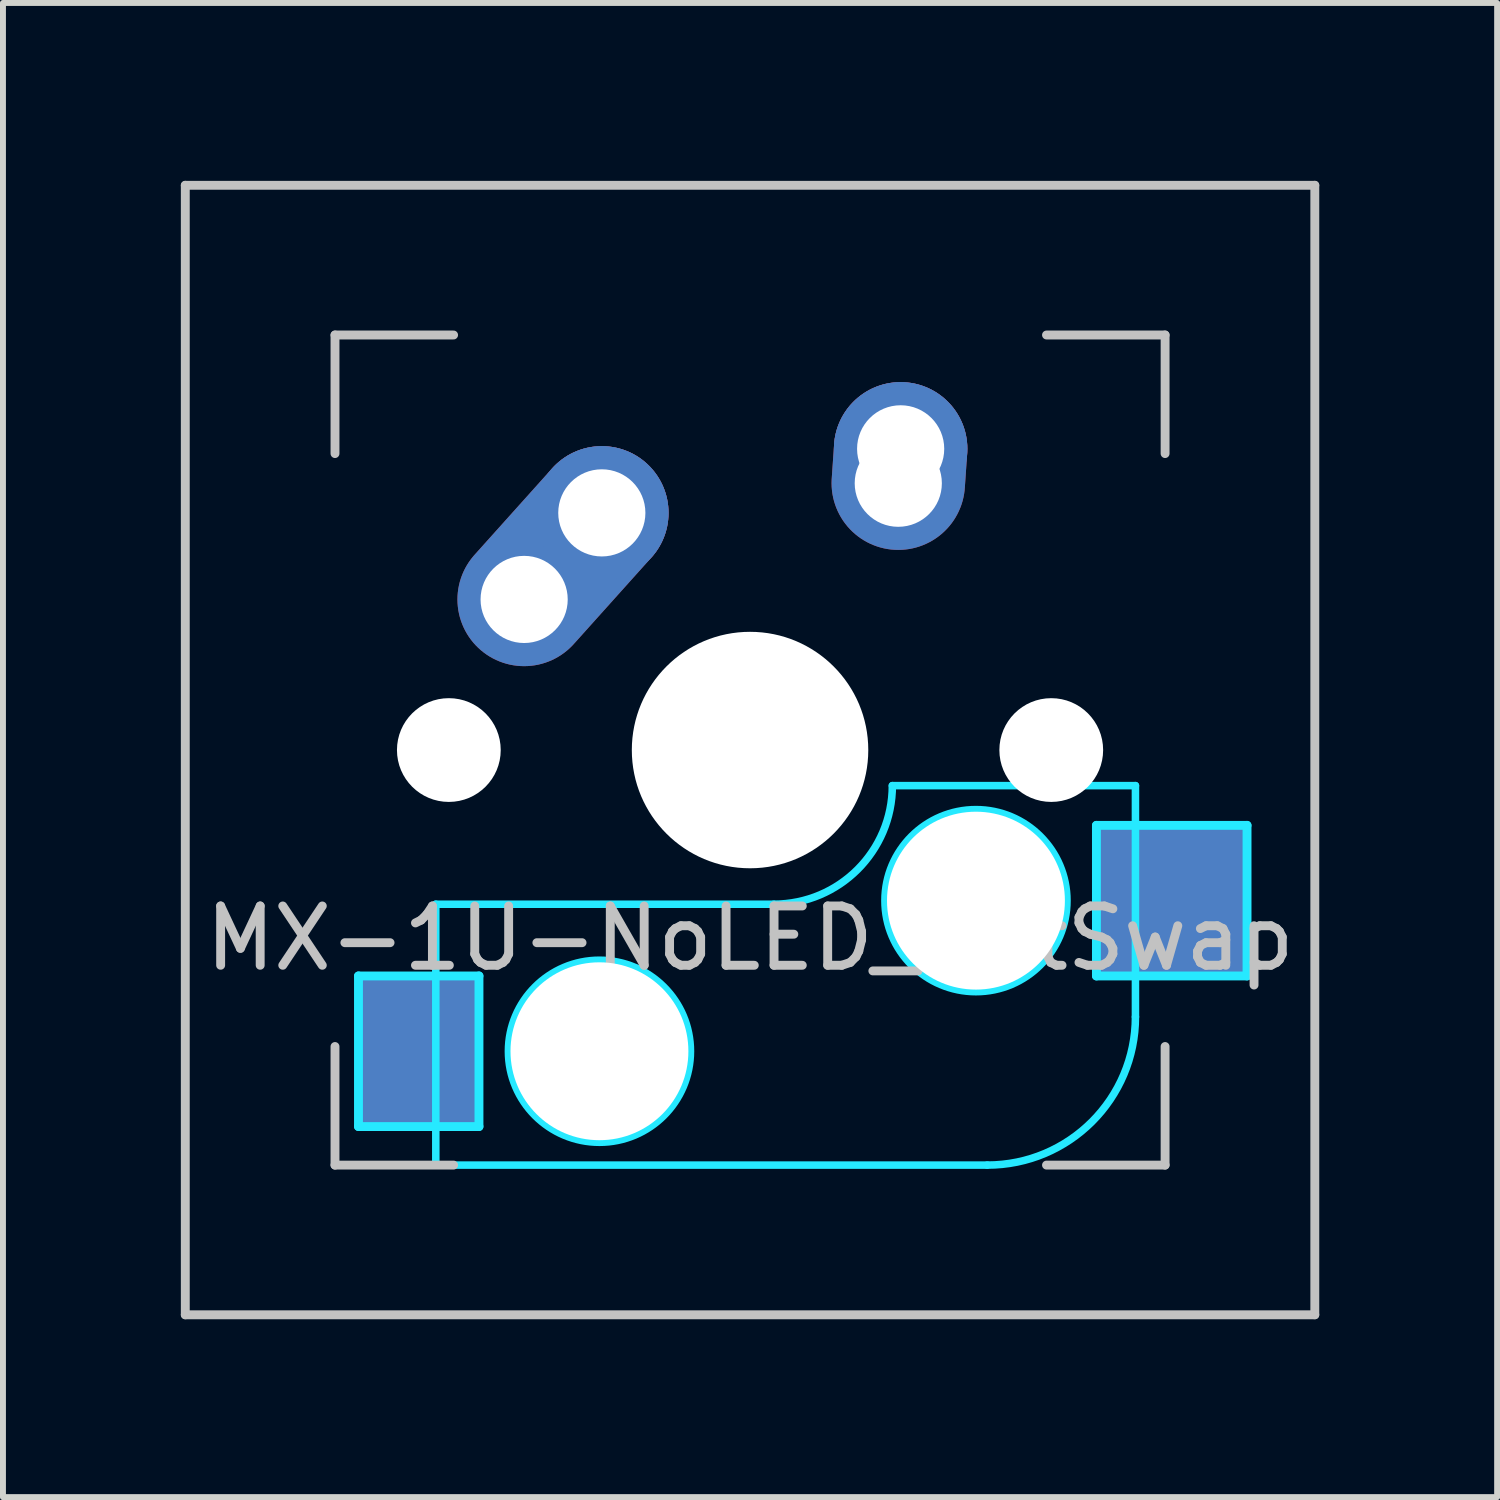
<source format=kicad_pcb>
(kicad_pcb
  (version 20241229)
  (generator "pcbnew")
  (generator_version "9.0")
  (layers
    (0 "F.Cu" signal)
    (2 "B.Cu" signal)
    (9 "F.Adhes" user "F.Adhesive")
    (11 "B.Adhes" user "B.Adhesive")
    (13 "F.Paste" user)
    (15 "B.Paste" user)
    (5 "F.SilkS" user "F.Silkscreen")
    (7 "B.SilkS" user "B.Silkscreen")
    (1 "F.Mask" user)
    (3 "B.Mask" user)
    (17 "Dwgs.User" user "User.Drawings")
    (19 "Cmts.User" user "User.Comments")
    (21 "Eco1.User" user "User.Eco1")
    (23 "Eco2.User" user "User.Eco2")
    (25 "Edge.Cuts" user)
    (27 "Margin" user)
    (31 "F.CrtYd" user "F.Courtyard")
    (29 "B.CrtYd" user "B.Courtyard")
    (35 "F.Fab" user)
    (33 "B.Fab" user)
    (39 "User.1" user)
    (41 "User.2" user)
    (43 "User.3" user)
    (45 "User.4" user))
  (footprint "MX-1U-NoLED_HotSwap"
    (layer "F.Cu")
    (at 9.6 9.6)
    (property "Reference" "MX-1U-NoLED_HotSwap" (at 0 3.175 0) (layer "Dwgs.User") (effects (font (size 1 1) (thickness 0.15))))
    (attr through_hole)
    (fp_line (start -9.525 -9.525) (end 9.525 -9.525) (stroke (width 0.15) (type solid)) (layer "Dwgs.User"))
    (fp_line (start -9.525 9.525) (end -9.525 -9.525) (stroke (width 0.15) (type solid)) (layer "Dwgs.User"))
    (fp_line (start -7 -7) (end -7 -5) (stroke (width 0.15) (type solid)) (layer "Dwgs.User"))
    (fp_line (start -7 5) (end -7 7) (stroke (width 0.15) (type solid)) (layer "Dwgs.User"))
    (fp_line (start -7 7) (end -5 7) (stroke (width 0.15) (type solid)) (layer "Dwgs.User"))
    (fp_line (start -5 -7) (end -7 -7) (stroke (width 0.15) (type solid)) (layer "Dwgs.User"))
    (fp_line (start 5 -7) (end 7 -7) (stroke (width 0.15) (type solid)) (layer "Dwgs.User"))
    (fp_line (start 5 7) (end 7 7) (stroke (width 0.15) (type solid)) (layer "Dwgs.User"))
    (fp_line (start 7 -7) (end 7 -5) (stroke (width 0.15) (type solid)) (layer "Dwgs.User"))
    (fp_line (start 7 7) (end 7 5) (stroke (width 0.15) (type solid)) (layer "Dwgs.User"))
    (fp_line (start 9.525 -9.525) (end 9.525 9.525) (stroke (width 0.15) (type solid)) (layer "Dwgs.User"))
    (fp_line (start 9.525 9.525) (end -9.525 9.525) (stroke (width 0.15) (type solid)) (layer "Dwgs.User"))
    (fp_line (start -6.604 3.81) (end -4.572 3.81) (stroke (width 0.15) (type solid)) (layer "B.CrtYd"))
    (fp_line (start -6.604 6.35) (end -6.604 3.81) (stroke (width 0.15) (type solid)) (layer "B.CrtYd"))
    (fp_line (start -5.3 7) (end -5.3 2.6) (stroke (width 0.127) (type solid)) (layer "B.CrtYd"))
    (fp_line (start -5.3 7) (end 4 7) (stroke (width 0.127) (type solid)) (layer "B.CrtYd"))
    (fp_line (start -4.572 3.81) (end -4.572 6.35) (stroke (width 0.15) (type solid)) (layer "B.CrtYd"))
    (fp_line (start -4.572 6.35) (end -6.604 6.35) (stroke (width 0.15) (type solid)) (layer "B.CrtYd"))
    (fp_line (start 0.4 2.6) (end -5.3 2.6) (stroke (width 0.127) (type solid)) (layer "B.CrtYd"))
    (fp_line (start 5.842 1.27) (end 5.842 3.81) (stroke (width 0.15) (type solid)) (layer "B.CrtYd"))
    (fp_line (start 5.842 3.81) (end 8.382 3.81) (stroke (width 0.15) (type solid)) (layer "B.CrtYd"))
    (fp_line (start 6.5 0.6) (end 2.4 0.6) (stroke (width 0.127) (type solid)) (layer "B.CrtYd"))
    (fp_line (start 6.5 4.5) (end 6.5 0.6) (stroke (width 0.127) (type solid)) (layer "B.CrtYd"))
    (fp_line (start 8.382 1.27) (end 5.842 1.27) (stroke (width 0.15) (type solid)) (layer "B.CrtYd"))
    (fp_line (start 8.382 3.81) (end 8.382 1.27) (stroke (width 0.15) (type solid)) (layer "B.CrtYd"))
    (fp_arc (start 2.4 0.6) (mid 1.814214 2.014214) (end 0.4 2.6) (stroke (width 0.127) (type solid)) (layer "B.CrtYd"))
    (fp_arc (start 6.5 4.5) (mid 5.767767 6.267767) (end 4 7) (stroke (width 0.127) (type solid)) (layer "B.CrtYd"))
    (fp_circle (center -2.54 5.08) (end -2.54 6.604) (stroke (width 0.15) (type solid)) (fill no) (layer "B.CrtYd"))
    (fp_circle (center 3.81 2.54) (end 3.81 4.064) (stroke (width 0.15) (type solid)) (fill no) (layer "B.CrtYd"))
    (pad "" np_thru_hole circle (at -5.08 0 48.1) (size 1.75 1.75) (drill 1.75) (layers "*.Cu" "*.Mask"))
    (pad "" np_thru_hole circle (at -2.54 5.08 180) (size 3 3) (drill 3) (layers "*.Cu" "*.Mask"))
    (pad "" np_thru_hole circle (at 0 0) (size 3.988 3.988) (drill 3.988) (layers "*.Cu" "*.Mask"))
    (pad "" np_thru_hole circle (at 3.81 2.54 180) (size 3 3) (drill 3) (layers "*.Cu" "*.Mask"))
    (pad "" np_thru_hole circle (at 5.08 0 48.1) (size 1.75 1.75) (drill 1.75) (layers "*.Cu" "*.Mask"))
    (pad "1" smd rect (at -5.55 5.08 180) (size 2 2.5) (layers "B.Cu" "B.Mask" "B.Paste"))
    (pad "1" thru_hole oval (at -3.81 -2.54 48.1) (size 4.212 2.25) (drill 1.47 (offset 0.981 0)) (layers "*.Cu" "B.Mask"))
    (pad "1" thru_hole circle (at -2.5 -4) (size 2.25 2.25) (drill 1.47) (layers "*.Cu" "B.Mask"))
    (pad "2" thru_hole oval (at 2.5 -4.5 86.055) (size 2.831 2.25) (drill 1.47 (offset 0.291 0)) (layers "*.Cu" "B.Mask"))
    (pad "2" thru_hole circle (at 2.54 -5.08) (size 2.25 2.25) (drill 1.47) (layers "*.Cu" "B.Mask"))
    (pad "2" smd rect (at 7.085 2.54 180) (size 2.55 2.5) (layers "B.Cu" "B.Mask" "B.Paste")))
  (gr_rect
    (start -3 -3)
    (end 22.2 22.2)
    (stroke (width 0.1) (type default))
    (fill no)
    (layer "Edge.Cuts")))
</source>
